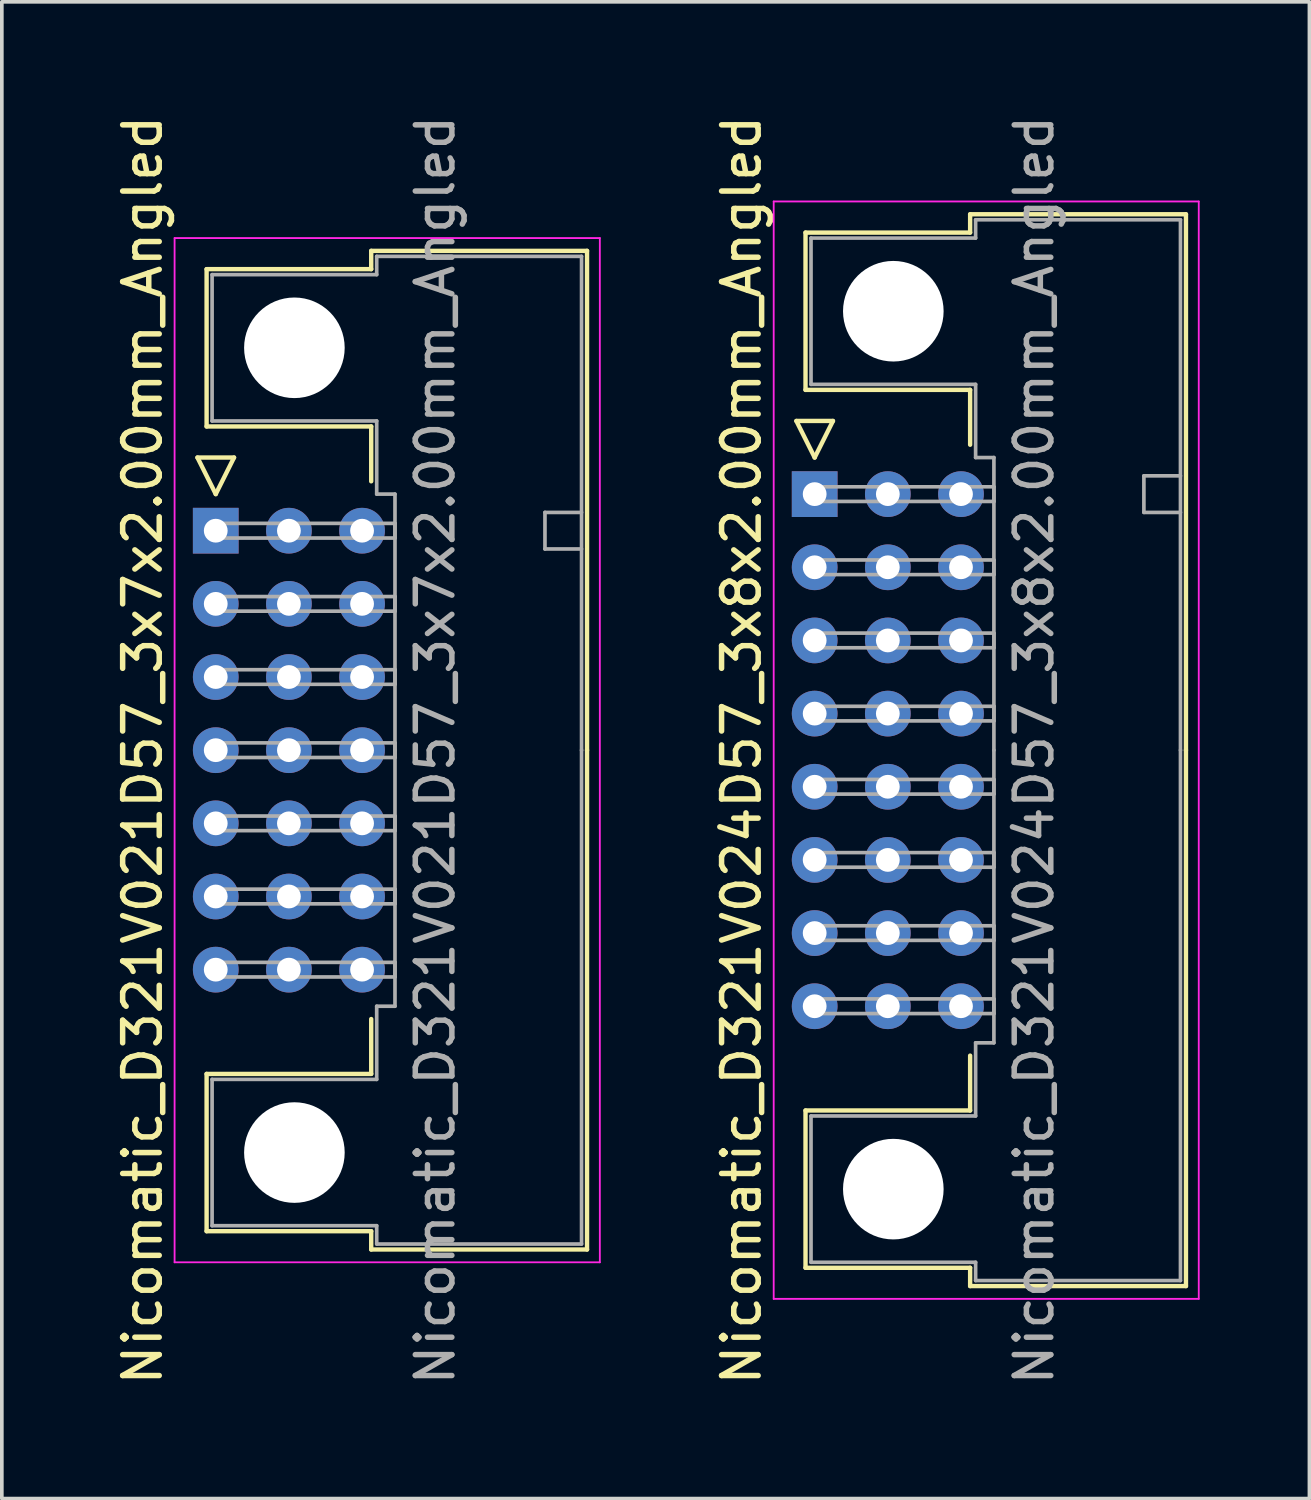
<source format=kicad_pcb>
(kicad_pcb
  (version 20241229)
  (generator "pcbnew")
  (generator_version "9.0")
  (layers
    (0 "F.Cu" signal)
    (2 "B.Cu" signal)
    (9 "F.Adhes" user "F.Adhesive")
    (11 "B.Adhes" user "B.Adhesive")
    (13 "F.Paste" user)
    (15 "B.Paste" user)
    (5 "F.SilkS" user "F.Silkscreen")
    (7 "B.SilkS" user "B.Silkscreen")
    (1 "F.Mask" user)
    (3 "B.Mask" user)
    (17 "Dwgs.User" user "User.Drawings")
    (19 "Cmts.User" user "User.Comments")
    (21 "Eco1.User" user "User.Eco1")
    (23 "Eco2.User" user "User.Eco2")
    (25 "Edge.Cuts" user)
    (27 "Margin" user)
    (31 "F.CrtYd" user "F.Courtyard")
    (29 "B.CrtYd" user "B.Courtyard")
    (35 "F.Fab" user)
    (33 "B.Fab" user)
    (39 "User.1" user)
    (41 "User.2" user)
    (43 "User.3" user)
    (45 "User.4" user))
  (footprint "Nicomatic_D321V024D57_3x8x2.00mm_Angled"
    (layer "F.Cu")
    (at 19.221 10.458)
    (property "Reference" "Nicomatic_D321V024D57_3x8x2.00mm_Angled" (at -2 7 90) (layer "F.SilkS") (effects (font (size 1 1) (thickness 0.15))))
    (attr through_hole)
    (fp_line (start -0.5 -2) (end 0 -1) (stroke (width 0.12) (type solid)) (layer "F.SilkS"))
    (fp_line (start -0.25 -7.15) (end -0.25 -2.85) (stroke (width 0.12) (type solid)) (layer "F.SilkS"))
    (fp_line (start -0.25 -2.85) (end 4.25 -2.85) (stroke (width 0.12) (type solid)) (layer "F.SilkS"))
    (fp_line (start -0.25 16.85) (end 4.25 16.85) (stroke (width 0.12) (type solid)) (layer "F.SilkS"))
    (fp_line (start -0.25 21.15) (end -0.25 16.85) (stroke (width 0.12) (type solid)) (layer "F.SilkS"))
    (fp_line (start 0 -1) (end 0.5 -2) (stroke (width 0.12) (type solid)) (layer "F.SilkS"))
    (fp_line (start 0.5 -2) (end -0.5 -2) (stroke (width 0.12) (type solid)) (layer "F.SilkS"))
    (fp_line (start 4.25 -7.65) (end 4.25 -7.15) (stroke (width 0.12) (type solid)) (layer "F.SilkS"))
    (fp_line (start 4.25 -7.15) (end -0.25 -7.15) (stroke (width 0.12) (type solid)) (layer "F.SilkS"))
    (fp_line (start 4.25 -2.85) (end 4.25 -1.35) (stroke (width 0.12) (type solid)) (layer "F.SilkS"))
    (fp_line (start 4.25 16.85) (end 4.25 15.35) (stroke (width 0.12) (type solid)) (layer "F.SilkS"))
    (fp_line (start 4.25 21.15) (end -0.25 21.15) (stroke (width 0.12) (type solid)) (layer "F.SilkS"))
    (fp_line (start 4.25 21.65) (end 4.25 21.15) (stroke (width 0.12) (type solid)) (layer "F.SilkS"))
    (fp_line (start 10.15 -7.65) (end 4.25 -7.65) (stroke (width 0.12) (type solid)) (layer "F.SilkS"))
    (fp_line (start 10.15 7) (end 10.15 -7.65) (stroke (width 0.12) (type solid)) (layer "F.SilkS"))
    (fp_line (start 10.15 7) (end 10.15 21.65) (stroke (width 0.12) (type solid)) (layer "F.SilkS"))
    (fp_line (start 10.15 21.65) (end 4.25 21.65) (stroke (width 0.12) (type solid)) (layer "F.SilkS"))
    (fp_line (start -1.12 -8) (end -1.12 22) (stroke (width 0.05) (type solid)) (layer "F.CrtYd"))
    (fp_line (start -1.12 22) (end 10.5 22) (stroke (width 0.05) (type solid)) (layer "F.CrtYd"))
    (fp_line (start 10.5 -8) (end -1.12 -8) (stroke (width 0.05) (type solid)) (layer "F.CrtYd"))
    (fp_line (start 10.5 22) (end 10.5 -8) (stroke (width 0.05) (type solid)) (layer "F.CrtYd"))
    (fp_line (start -0.1 -7) (end -0.1 -3) (stroke (width 0.1) (type solid)) (layer "F.Fab"))
    (fp_line (start -0.1 -3) (end 4.4 -3) (stroke (width 0.1) (type solid)) (layer "F.Fab"))
    (fp_line (start -0.1 17) (end 4.4 17) (stroke (width 0.1) (type solid)) (layer "F.Fab"))
    (fp_line (start -0.1 21) (end -0.1 17) (stroke (width 0.1) (type solid)) (layer "F.Fab"))
    (fp_line (start 0 -0.2) (end 0 0.2) (stroke (width 0.1) (type solid)) (layer "F.Fab"))
    (fp_line (start 0 0.2) (end 4.9 0.2) (stroke (width 0.1) (type solid)) (layer "F.Fab"))
    (fp_line (start 0 1.8) (end 0 2.2) (stroke (width 0.1) (type solid)) (layer "F.Fab"))
    (fp_line (start 0 2.2) (end 4.9 2.2) (stroke (width 0.1) (type solid)) (layer "F.Fab"))
    (fp_line (start 0 3.8) (end 0 4.2) (stroke (width 0.1) (type solid)) (layer "F.Fab"))
    (fp_line (start 0 4.2) (end 4.9 4.2) (stroke (width 0.1) (type solid)) (layer "F.Fab"))
    (fp_line (start 0 5.8) (end 0 6.2) (stroke (width 0.1) (type solid)) (layer "F.Fab"))
    (fp_line (start 0 6.2) (end 4.9 6.2) (stroke (width 0.1) (type solid)) (layer "F.Fab"))
    (fp_line (start 0 7.8) (end 0 8.2) (stroke (width 0.1) (type solid)) (layer "F.Fab"))
    (fp_line (start 0 8.2) (end 4.9 8.2) (stroke (width 0.1) (type solid)) (layer "F.Fab"))
    (fp_line (start 0 9.8) (end 0 10.2) (stroke (width 0.1) (type solid)) (layer "F.Fab"))
    (fp_line (start 0 10.2) (end 4.9 10.2) (stroke (width 0.1) (type solid)) (layer "F.Fab"))
    (fp_line (start 0 11.8) (end 0 12.2) (stroke (width 0.1) (type solid)) (layer "F.Fab"))
    (fp_line (start 0 12.2) (end 4.9 12.2) (stroke (width 0.1) (type solid)) (layer "F.Fab"))
    (fp_line (start 0 13.8) (end 0 14.2) (stroke (width 0.1) (type solid)) (layer "F.Fab"))
    (fp_line (start 0 14.2) (end 4.9 14.2) (stroke (width 0.1) (type solid)) (layer "F.Fab"))
    (fp_line (start 4.4 -7.5) (end 4.4 -7) (stroke (width 0.1) (type solid)) (layer "F.Fab"))
    (fp_line (start 4.4 -7) (end -0.1 -7) (stroke (width 0.1) (type solid)) (layer "F.Fab"))
    (fp_line (start 4.4 -3) (end 4.4 -1) (stroke (width 0.1) (type solid)) (layer "F.Fab"))
    (fp_line (start 4.4 -1) (end 4.9 -1) (stroke (width 0.1) (type solid)) (layer "F.Fab"))
    (fp_line (start 4.4 15) (end 4.9 15) (stroke (width 0.1) (type solid)) (layer "F.Fab"))
    (fp_line (start 4.4 17) (end 4.4 15) (stroke (width 0.1) (type solid)) (layer "F.Fab"))
    (fp_line (start 4.4 21) (end -0.1 21) (stroke (width 0.1) (type solid)) (layer "F.Fab"))
    (fp_line (start 4.4 21.5) (end 4.4 21) (stroke (width 0.1) (type solid)) (layer "F.Fab"))
    (fp_line (start 4.9 -1) (end 4.9 7) (stroke (width 0.1) (type solid)) (layer "F.Fab"))
    (fp_line (start 4.9 -0.2) (end 0 -0.2) (stroke (width 0.1) (type solid)) (layer "F.Fab"))
    (fp_line (start 4.9 0.2) (end 4.9 -0.2) (stroke (width 0.1) (type solid)) (layer "F.Fab"))
    (fp_line (start 4.9 1.8) (end 0 1.8) (stroke (width 0.1) (type solid)) (layer "F.Fab"))
    (fp_line (start 4.9 2.2) (end 4.9 1.8) (stroke (width 0.1) (type solid)) (layer "F.Fab"))
    (fp_line (start 4.9 3.8) (end 0 3.8) (stroke (width 0.1) (type solid)) (layer "F.Fab"))
    (fp_line (start 4.9 4.2) (end 4.9 3.8) (stroke (width 0.1) (type solid)) (layer "F.Fab"))
    (fp_line (start 4.9 5.8) (end 0 5.8) (stroke (width 0.1) (type solid)) (layer "F.Fab"))
    (fp_line (start 4.9 6.2) (end 4.9 5.8) (stroke (width 0.1) (type solid)) (layer "F.Fab"))
    (fp_line (start 4.9 7.8) (end 0 7.8) (stroke (width 0.1) (type solid)) (layer "F.Fab"))
    (fp_line (start 4.9 8.2) (end 4.9 7.8) (stroke (width 0.1) (type solid)) (layer "F.Fab"))
    (fp_line (start 4.9 9.8) (end 0 9.8) (stroke (width 0.1) (type solid)) (layer "F.Fab"))
    (fp_line (start 4.9 10.2) (end 4.9 9.8) (stroke (width 0.1) (type solid)) (layer "F.Fab"))
    (fp_line (start 4.9 11.8) (end 0 11.8) (stroke (width 0.1) (type solid)) (layer "F.Fab"))
    (fp_line (start 4.9 12.2) (end 4.9 11.8) (stroke (width 0.1) (type solid)) (layer "F.Fab"))
    (fp_line (start 4.9 13.8) (end 0 13.8) (stroke (width 0.1) (type solid)) (layer "F.Fab"))
    (fp_line (start 4.9 14.2) (end 4.9 13.8) (stroke (width 0.1) (type solid)) (layer "F.Fab"))
    (fp_line (start 4.9 15) (end 4.9 7) (stroke (width 0.1) (type solid)) (layer "F.Fab"))
    (fp_line (start 9 -0.5) (end 9 0.5) (stroke (width 0.1) (type solid)) (layer "F.Fab"))
    (fp_line (start 9 0.5) (end 10 0.5) (stroke (width 0.1) (type solid)) (layer "F.Fab"))
    (fp_line (start 10 -7.5) (end 4.4 -7.5) (stroke (width 0.1) (type solid)) (layer "F.Fab"))
    (fp_line (start 10 -0.5) (end 9 -0.5) (stroke (width 0.1) (type solid)) (layer "F.Fab"))
    (fp_line (start 10 7) (end 10 -7.5) (stroke (width 0.1) (type solid)) (layer "F.Fab"))
    (fp_line (start 10 7) (end 10 21.5) (stroke (width 0.1) (type solid)) (layer "F.Fab"))
    (fp_line (start 10 21.5) (end 4.4 21.5) (stroke (width 0.1) (type solid)) (layer "F.Fab"))
    (fp_text user "${REFERENCE}" (at 6 7 90) (layer "F.Fab") (effects (font (size 1 1) (thickness 0.15))))
    (pad "" np_thru_hole circle (at 2.15 -5) (size 2.75 2.75) (drill 2.75) (layers "*.Cu" "*.Mask"))
    (pad "" np_thru_hole circle (at 2.15 19) (size 2.75 2.75) (drill 2.75) (layers "*.Cu" "*.Mask"))
    (pad "1" thru_hole rect (at 0 0) (size 1.25 1.25) (drill 0.65) (layers "*.Cu" "*.Mask"))
    (pad "2" thru_hole oval (at 0 2) (size 1.25 1.25) (drill 0.65) (layers "*.Cu" "*.Mask"))
    (pad "3" thru_hole oval (at 0 4) (size 1.25 1.25) (drill 0.65) (layers "*.Cu" "*.Mask"))
    (pad "4" thru_hole oval (at 0 6) (size 1.25 1.25) (drill 0.65) (layers "*.Cu" "*.Mask"))
    (pad "5" thru_hole oval (at 0 8) (size 1.25 1.25) (drill 0.65) (layers "*.Cu" "*.Mask"))
    (pad "6" thru_hole oval (at 0 10) (size 1.25 1.25) (drill 0.65) (layers "*.Cu" "*.Mask"))
    (pad "7" thru_hole oval (at 0 12) (size 1.25 1.25) (drill 0.65) (layers "*.Cu" "*.Mask"))
    (pad "8" thru_hole oval (at 0 14) (size 1.25 1.25) (drill 0.65) (layers "*.Cu" "*.Mask"))
    (pad "9" thru_hole oval (at 2 0) (size 1.25 1.25) (drill 0.65) (layers "*.Cu" "*.Mask"))
    (pad "10" thru_hole oval (at 2 2) (size 1.25 1.25) (drill 0.65) (layers "*.Cu" "*.Mask"))
    (pad "11" thru_hole oval (at 2 4) (size 1.25 1.25) (drill 0.65) (layers "*.Cu" "*.Mask"))
    (pad "12" thru_hole oval (at 2 6) (size 1.25 1.25) (drill 0.65) (layers "*.Cu" "*.Mask"))
    (pad "13" thru_hole oval (at 2 8) (size 1.25 1.25) (drill 0.65) (layers "*.Cu" "*.Mask"))
    (pad "14" thru_hole oval (at 2 10) (size 1.25 1.25) (drill 0.65) (layers "*.Cu" "*.Mask"))
    (pad "15" thru_hole oval (at 2 12) (size 1.25 1.25) (drill 0.65) (layers "*.Cu" "*.Mask"))
    (pad "16" thru_hole oval (at 2 14) (size 1.25 1.25) (drill 0.65) (layers "*.Cu" "*.Mask"))
    (pad "17" thru_hole oval (at 4 0) (size 1.25 1.25) (drill 0.65) (layers "*.Cu" "*.Mask"))
    (pad "18" thru_hole oval (at 4 2) (size 1.25 1.25) (drill 0.65) (layers "*.Cu" "*.Mask"))
    (pad "19" thru_hole oval (at 4 4) (size 1.25 1.25) (drill 0.65) (layers "*.Cu" "*.Mask"))
    (pad "20" thru_hole oval (at 4 6) (size 1.25 1.25) (drill 0.65) (layers "*.Cu" "*.Mask"))
    (pad "21" thru_hole oval (at 4 8) (size 1.25 1.25) (drill 0.65) (layers "*.Cu" "*.Mask"))
    (pad "22" thru_hole oval (at 4 10) (size 1.25 1.25) (drill 0.65) (layers "*.Cu" "*.Mask"))
    (pad "23" thru_hole oval (at 4 12) (size 1.25 1.25) (drill 0.65) (layers "*.Cu" "*.Mask"))
    (pad "24" thru_hole oval (at 4 14) (size 1.25 1.25) (drill 0.65) (layers "*.Cu" "*.Mask")))
  (footprint "Nicomatic_D321V021D57_3x7x2.00mm_Angled"
    (layer "F.Cu")
    (at 2.848 11.458)
    (property "Reference" "Nicomatic_D321V021D57_3x7x2.00mm_Angled" (at -2 6 90) (layer "F.SilkS") (effects (font (size 1 1) (thickness 0.15))))
    (attr through_hole)
    (fp_line (start -0.5 -2) (end 0 -1) (stroke (width 0.12) (type solid)) (layer "F.SilkS"))
    (fp_line (start -0.25 -7.15) (end -0.25 -2.85) (stroke (width 0.12) (type solid)) (layer "F.SilkS"))
    (fp_line (start -0.25 -2.85) (end 4.25 -2.85) (stroke (width 0.12) (type solid)) (layer "F.SilkS"))
    (fp_line (start -0.25 14.85) (end 4.25 14.85) (stroke (width 0.12) (type solid)) (layer "F.SilkS"))
    (fp_line (start -0.25 19.15) (end -0.25 14.85) (stroke (width 0.12) (type solid)) (layer "F.SilkS"))
    (fp_line (start 0 -1) (end 0.5 -2) (stroke (width 0.12) (type solid)) (layer "F.SilkS"))
    (fp_line (start 0.5 -2) (end -0.5 -2) (stroke (width 0.12) (type solid)) (layer "F.SilkS"))
    (fp_line (start 4.25 -7.65) (end 4.25 -7.15) (stroke (width 0.12) (type solid)) (layer "F.SilkS"))
    (fp_line (start 4.25 -7.15) (end -0.25 -7.15) (stroke (width 0.12) (type solid)) (layer "F.SilkS"))
    (fp_line (start 4.25 -2.85) (end 4.25 -1.35) (stroke (width 0.12) (type solid)) (layer "F.SilkS"))
    (fp_line (start 4.25 14.85) (end 4.25 13.35) (stroke (width 0.12) (type solid)) (layer "F.SilkS"))
    (fp_line (start 4.25 19.15) (end -0.25 19.15) (stroke (width 0.12) (type solid)) (layer "F.SilkS"))
    (fp_line (start 4.25 19.65) (end 4.25 19.15) (stroke (width 0.12) (type solid)) (layer "F.SilkS"))
    (fp_line (start 10.15 -7.65) (end 4.25 -7.65) (stroke (width 0.12) (type solid)) (layer "F.SilkS"))
    (fp_line (start 10.15 6) (end 10.15 -7.65) (stroke (width 0.12) (type solid)) (layer "F.SilkS"))
    (fp_line (start 10.15 6) (end 10.15 19.65) (stroke (width 0.12) (type solid)) (layer "F.SilkS"))
    (fp_line (start 10.15 19.65) (end 4.25 19.65) (stroke (width 0.12) (type solid)) (layer "F.SilkS"))
    (fp_line (start -1.125 -8) (end -1.125 20) (stroke (width 0.05) (type solid)) (layer "F.CrtYd"))
    (fp_line (start -1.125 20) (end 10.5 20) (stroke (width 0.05) (type solid)) (layer "F.CrtYd"))
    (fp_line (start 10.5 -8) (end -1.125 -8) (stroke (width 0.05) (type solid)) (layer "F.CrtYd"))
    (fp_line (start 10.5 20) (end 10.5 -8) (stroke (width 0.05) (type solid)) (layer "F.CrtYd"))
    (fp_line (start -0.1 -7) (end -0.1 -3) (stroke (width 0.1) (type solid)) (layer "F.Fab"))
    (fp_line (start -0.1 -3) (end 4.4 -3) (stroke (width 0.1) (type solid)) (layer "F.Fab"))
    (fp_line (start -0.1 15) (end 4.4 15) (stroke (width 0.1) (type solid)) (layer "F.Fab"))
    (fp_line (start -0.1 19) (end -0.1 15) (stroke (width 0.1) (type solid)) (layer "F.Fab"))
    (fp_line (start 0 -0.2) (end 0 0.2) (stroke (width 0.1) (type solid)) (layer "F.Fab"))
    (fp_line (start 0 0.2) (end 4.9 0.2) (stroke (width 0.1) (type solid)) (layer "F.Fab"))
    (fp_line (start 0 1.8) (end 0 2.2) (stroke (width 0.1) (type solid)) (layer "F.Fab"))
    (fp_line (start 0 2.2) (end 4.9 2.2) (stroke (width 0.1) (type solid)) (layer "F.Fab"))
    (fp_line (start 0 3.8) (end 0 4.2) (stroke (width 0.1) (type solid)) (layer "F.Fab"))
    (fp_line (start 0 4.2) (end 4.9 4.2) (stroke (width 0.1) (type solid)) (layer "F.Fab"))
    (fp_line (start 0 5.8) (end 0 6.2) (stroke (width 0.1) (type solid)) (layer "F.Fab"))
    (fp_line (start 0 6.2) (end 4.9 6.2) (stroke (width 0.1) (type solid)) (layer "F.Fab"))
    (fp_line (start 0 7.8) (end 0 8.2) (stroke (width 0.1) (type solid)) (layer "F.Fab"))
    (fp_line (start 0 8.2) (end 4.9 8.2) (stroke (width 0.1) (type solid)) (layer "F.Fab"))
    (fp_line (start 0 9.8) (end 0 10.2) (stroke (width 0.1) (type solid)) (layer "F.Fab"))
    (fp_line (start 0 10.2) (end 4.9 10.2) (stroke (width 0.1) (type solid)) (layer "F.Fab"))
    (fp_line (start 0 11.8) (end 0 12.2) (stroke (width 0.1) (type solid)) (layer "F.Fab"))
    (fp_line (start 0 12.2) (end 4.9 12.2) (stroke (width 0.1) (type solid)) (layer "F.Fab"))
    (fp_line (start 4.4 -7.5) (end 4.4 -7) (stroke (width 0.1) (type solid)) (layer "F.Fab"))
    (fp_line (start 4.4 -7) (end -0.1 -7) (stroke (width 0.1) (type solid)) (layer "F.Fab"))
    (fp_line (start 4.4 -3) (end 4.4 -1) (stroke (width 0.1) (type solid)) (layer "F.Fab"))
    (fp_line (start 4.4 -1) (end 4.9 -1) (stroke (width 0.1) (type solid)) (layer "F.Fab"))
    (fp_line (start 4.4 13) (end 4.9 13) (stroke (width 0.1) (type solid)) (layer "F.Fab"))
    (fp_line (start 4.4 15) (end 4.4 13) (stroke (width 0.1) (type solid)) (layer "F.Fab"))
    (fp_line (start 4.4 19) (end -0.1 19) (stroke (width 0.1) (type solid)) (layer "F.Fab"))
    (fp_line (start 4.4 19.5) (end 4.4 19) (stroke (width 0.1) (type solid)) (layer "F.Fab"))
    (fp_line (start 4.9 -1) (end 4.9 6) (stroke (width 0.1) (type solid)) (layer "F.Fab"))
    (fp_line (start 4.9 -0.2) (end 0 -0.2) (stroke (width 0.1) (type solid)) (layer "F.Fab"))
    (fp_line (start 4.9 0.2) (end 4.9 -0.2) (stroke (width 0.1) (type solid)) (layer "F.Fab"))
    (fp_line (start 4.9 1.8) (end 0 1.8) (stroke (width 0.1) (type solid)) (layer "F.Fab"))
    (fp_line (start 4.9 2.2) (end 4.9 1.8) (stroke (width 0.1) (type solid)) (layer "F.Fab"))
    (fp_line (start 4.9 3.8) (end 0 3.8) (stroke (width 0.1) (type solid)) (layer "F.Fab"))
    (fp_line (start 4.9 4.2) (end 4.9 3.8) (stroke (width 0.1) (type solid)) (layer "F.Fab"))
    (fp_line (start 4.9 5.8) (end 0 5.8) (stroke (width 0.1) (type solid)) (layer "F.Fab"))
    (fp_line (start 4.9 6.2) (end 4.9 5.8) (stroke (width 0.1) (type solid)) (layer "F.Fab"))
    (fp_line (start 4.9 7.8) (end 0 7.8) (stroke (width 0.1) (type solid)) (layer "F.Fab"))
    (fp_line (start 4.9 8.2) (end 4.9 7.8) (stroke (width 0.1) (type solid)) (layer "F.Fab"))
    (fp_line (start 4.9 9.8) (end 0 9.8) (stroke (width 0.1) (type solid)) (layer "F.Fab"))
    (fp_line (start 4.9 10.2) (end 4.9 9.8) (stroke (width 0.1) (type solid)) (layer "F.Fab"))
    (fp_line (start 4.9 11.8) (end 0 11.8) (stroke (width 0.1) (type solid)) (layer "F.Fab"))
    (fp_line (start 4.9 12.2) (end 4.9 11.8) (stroke (width 0.1) (type solid)) (layer "F.Fab"))
    (fp_line (start 4.9 13) (end 4.9 6) (stroke (width 0.1) (type solid)) (layer "F.Fab"))
    (fp_line (start 9 -0.5) (end 9 0.5) (stroke (width 0.1) (type solid)) (layer "F.Fab"))
    (fp_line (start 9 0.5) (end 10 0.5) (stroke (width 0.1) (type solid)) (layer "F.Fab"))
    (fp_line (start 10 -7.5) (end 4.4 -7.5) (stroke (width 0.1) (type solid)) (layer "F.Fab"))
    (fp_line (start 10 -0.5) (end 9 -0.5) (stroke (width 0.1) (type solid)) (layer "F.Fab"))
    (fp_line (start 10 6) (end 10 -7.5) (stroke (width 0.1) (type solid)) (layer "F.Fab"))
    (fp_line (start 10 6) (end 10 19.5) (stroke (width 0.1) (type solid)) (layer "F.Fab"))
    (fp_line (start 10 19.5) (end 4.4 19.5) (stroke (width 0.1) (type solid)) (layer "F.Fab"))
    (fp_text user "${REFERENCE}" (at 6 6 90) (layer "F.Fab") (effects (font (size 1 1) (thickness 0.15))))
    (pad "" np_thru_hole circle (at 2.15 -5) (size 2.75 2.75) (drill 2.75) (layers "*.Cu" "*.Mask"))
    (pad "" np_thru_hole circle (at 2.15 17) (size 2.75 2.75) (drill 2.75) (layers "*.Cu" "*.Mask"))
    (pad "1" thru_hole rect (at 0 0) (size 1.25 1.25) (drill 0.65) (layers "*.Cu" "*.Mask"))
    (pad "2" thru_hole oval (at 0 2) (size 1.25 1.25) (drill 0.65) (layers "*.Cu" "*.Mask"))
    (pad "3" thru_hole oval (at 0 4) (size 1.25 1.25) (drill 0.65) (layers "*.Cu" "*.Mask"))
    (pad "4" thru_hole oval (at 0 6) (size 1.25 1.25) (drill 0.65) (layers "*.Cu" "*.Mask"))
    (pad "5" thru_hole oval (at 0 8) (size 1.25 1.25) (drill 0.65) (layers "*.Cu" "*.Mask"))
    (pad "6" thru_hole oval (at 0 10) (size 1.25 1.25) (drill 0.65) (layers "*.Cu" "*.Mask"))
    (pad "7" thru_hole oval (at 0 12) (size 1.25 1.25) (drill 0.65) (layers "*.Cu" "*.Mask"))
    (pad "8" thru_hole oval (at 2 0) (size 1.25 1.25) (drill 0.65) (layers "*.Cu" "*.Mask"))
    (pad "9" thru_hole oval (at 2 2) (size 1.25 1.25) (drill 0.65) (layers "*.Cu" "*.Mask"))
    (pad "10" thru_hole oval (at 2 4) (size 1.25 1.25) (drill 0.65) (layers "*.Cu" "*.Mask"))
    (pad "11" thru_hole oval (at 2 6) (size 1.25 1.25) (drill 0.65) (layers "*.Cu" "*.Mask"))
    (pad "12" thru_hole oval (at 2 8) (size 1.25 1.25) (drill 0.65) (layers "*.Cu" "*.Mask"))
    (pad "13" thru_hole oval (at 2 10) (size 1.25 1.25) (drill 0.65) (layers "*.Cu" "*.Mask"))
    (pad "14" thru_hole oval (at 2 12) (size 1.25 1.25) (drill 0.65) (layers "*.Cu" "*.Mask"))
    (pad "15" thru_hole oval (at 4 0) (size 1.25 1.25) (drill 0.65) (layers "*.Cu" "*.Mask"))
    (pad "16" thru_hole oval (at 4 2) (size 1.25 1.25) (drill 0.65) (layers "*.Cu" "*.Mask"))
    (pad "17" thru_hole oval (at 4 4) (size 1.25 1.25) (drill 0.65) (layers "*.Cu" "*.Mask"))
    (pad "18" thru_hole oval (at 4 6) (size 1.25 1.25) (drill 0.65) (layers "*.Cu" "*.Mask"))
    (pad "19" thru_hole oval (at 4 8) (size 1.25 1.25) (drill 0.65) (layers "*.Cu" "*.Mask"))
    (pad "20" thru_hole oval (at 4 10) (size 1.25 1.25) (drill 0.65) (layers "*.Cu" "*.Mask"))
    (pad "21" thru_hole oval (at 4 12) (size 1.25 1.25) (drill 0.65) (layers "*.Cu" "*.Mask")))
  (gr_rect
    (start -3 -3)
    (end 32.746 37.917)
    (stroke (width 0.1) (type default))
    (fill no)
    (layer "Edge.Cuts")))
</source>
